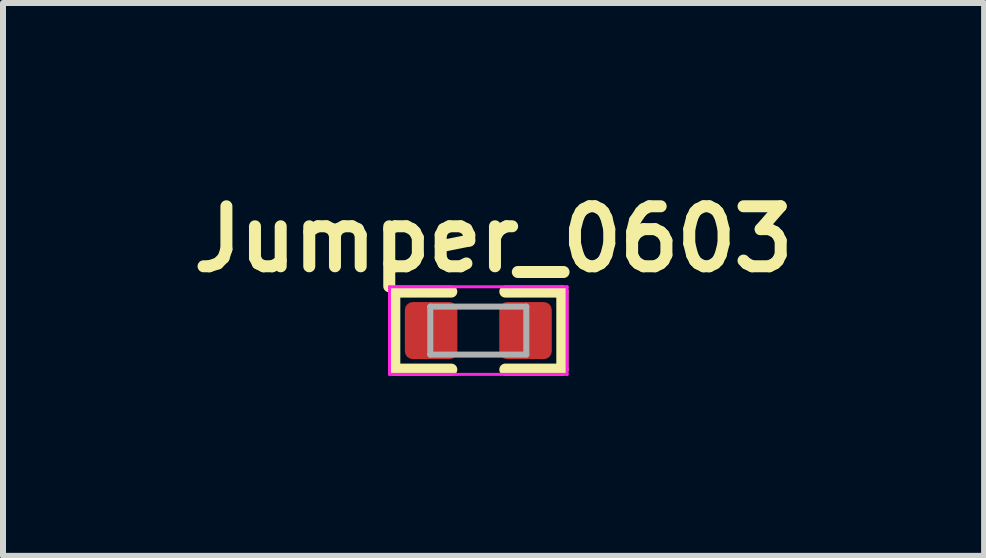
<source format=kicad_pcb>
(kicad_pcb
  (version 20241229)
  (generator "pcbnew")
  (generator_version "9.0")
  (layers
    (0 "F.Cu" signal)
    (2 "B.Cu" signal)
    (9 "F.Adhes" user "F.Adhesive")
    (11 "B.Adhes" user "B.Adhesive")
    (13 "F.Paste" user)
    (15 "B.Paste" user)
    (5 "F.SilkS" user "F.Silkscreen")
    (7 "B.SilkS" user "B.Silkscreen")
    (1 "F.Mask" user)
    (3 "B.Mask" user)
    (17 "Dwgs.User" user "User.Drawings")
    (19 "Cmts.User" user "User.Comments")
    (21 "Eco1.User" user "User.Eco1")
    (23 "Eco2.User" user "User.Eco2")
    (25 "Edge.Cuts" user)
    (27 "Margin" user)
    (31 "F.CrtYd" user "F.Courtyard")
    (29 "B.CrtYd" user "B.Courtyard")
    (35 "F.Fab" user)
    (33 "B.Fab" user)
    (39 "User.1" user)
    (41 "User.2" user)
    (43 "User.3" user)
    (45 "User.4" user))
  (footprint "Jumper_0603"
    (layer "F.Cu")
    (at 4.922 2.46)
    (property "Reference" "Jumper_0603" (at 0.254 -1.524 0) (layer "F.SilkS") (effects (font (size 1 1) (thickness 0.2))))
    (attr smd)
    (fp_line (start -1.4 -0.65) (end -1.4 0.65) (stroke (width 0.2) (type solid)) (layer "F.SilkS"))
    (fp_line (start -1.4 0.65) (end -0.45 0.65) (stroke (width 0.2) (type solid)) (layer "F.SilkS"))
    (fp_line (start -0.45 -0.65) (end -1.4 -0.65) (stroke (width 0.2) (type solid)) (layer "F.SilkS"))
    (fp_line (start 1.4 -0.65) (end 0.45 -0.65) (stroke (width 0.2) (type solid)) (layer "F.SilkS"))
    (fp_line (start 1.4 -0.65) (end 1.4 0.65) (stroke (width 0.2) (type solid)) (layer "F.SilkS"))
    (fp_line (start 1.4 0.65) (end 0.45 0.65) (stroke (width 0.2) (type solid)) (layer "F.SilkS"))
    (fp_line (start -1.48 -0.73) (end 1.48 -0.73) (stroke (width 0.05) (type solid)) (layer "F.CrtYd"))
    (fp_line (start -1.48 0.73) (end -1.48 -0.73) (stroke (width 0.05) (type solid)) (layer "F.CrtYd"))
    (fp_line (start 1.48 -0.73) (end 1.48 0.73) (stroke (width 0.05) (type solid)) (layer "F.CrtYd"))
    (fp_line (start 1.48 0.73) (end -1.48 0.73) (stroke (width 0.05) (type solid)) (layer "F.CrtYd"))
    (fp_line (start -0.8 -0.4) (end 0.8 -0.4) (stroke (width 0.1) (type solid)) (layer "F.Fab"))
    (fp_line (start -0.8 0.4) (end -0.8 -0.4) (stroke (width 0.1) (type solid)) (layer "F.Fab"))
    (fp_line (start 0.8 -0.4) (end 0.8 0.4) (stroke (width 0.1) (type solid)) (layer "F.Fab"))
    (fp_line (start 0.8 0.4) (end -0.8 0.4) (stroke (width 0.1) (type solid)) (layer "F.Fab"))
    (pad "1" smd roundrect (at -0.787 0) (size 0.875 0.95) (layers "F.Cu" "F.Mask" "F.Paste") (roundrect_rratio 0.15))
    (pad "2" smd roundrect (at 0.787 0) (size 0.875 0.95) (layers "F.Cu" "F.Mask" "F.Paste") (roundrect_rratio 0.15)))
  (gr_rect
    (start -3 -3)
    (end 13.352 6.215)
    (stroke (width 0.1) (type default))
    (fill no)
    (layer "Edge.Cuts")))
</source>
